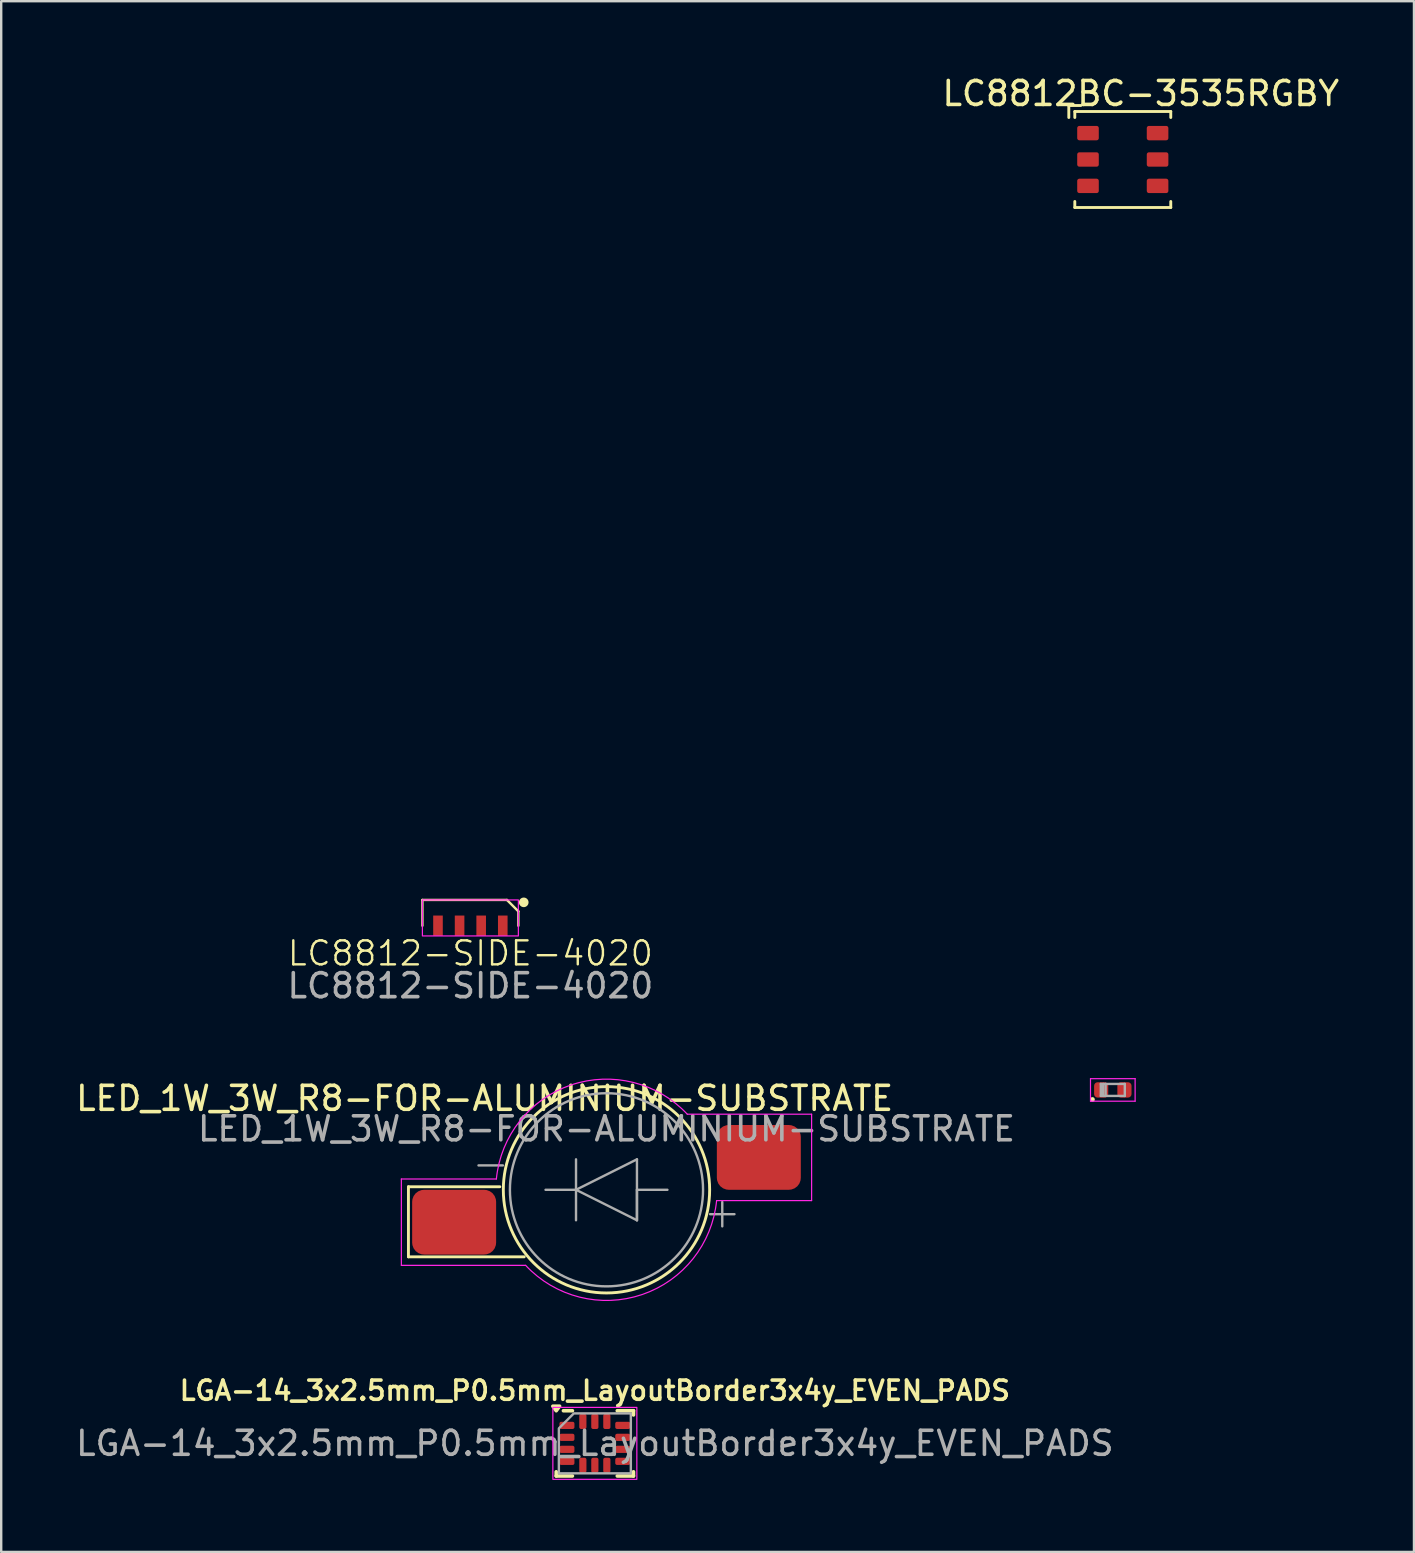
<source format=kicad_pcb>
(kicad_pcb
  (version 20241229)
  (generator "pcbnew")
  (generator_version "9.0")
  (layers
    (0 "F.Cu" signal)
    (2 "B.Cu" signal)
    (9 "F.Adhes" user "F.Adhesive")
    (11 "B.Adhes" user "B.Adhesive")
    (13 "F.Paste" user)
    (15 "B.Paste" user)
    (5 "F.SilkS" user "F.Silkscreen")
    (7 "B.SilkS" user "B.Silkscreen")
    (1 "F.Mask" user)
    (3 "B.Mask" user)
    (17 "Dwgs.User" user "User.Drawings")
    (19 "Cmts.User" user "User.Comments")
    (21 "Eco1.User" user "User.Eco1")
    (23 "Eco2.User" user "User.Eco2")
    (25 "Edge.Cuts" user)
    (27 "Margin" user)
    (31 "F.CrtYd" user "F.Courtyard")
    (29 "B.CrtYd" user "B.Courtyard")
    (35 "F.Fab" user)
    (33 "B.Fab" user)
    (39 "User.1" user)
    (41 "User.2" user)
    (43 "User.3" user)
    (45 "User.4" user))
  (footprint "LED_0402_1005Metric_COMPACT"
    (layer "F.Cu")
    (at 43.333 42.379)
    (property "Reference" "LED_0402_1005Metric_COMPACT" (at 0 -1.17 0) (layer "User.9") (effects (font (size 1 1) (thickness 0.15))))
    (attr smd)
    (fp_circle (center -0.85 0.4) (end -0.8 0.4) (stroke (width 0.1) (type solid)) (fill no) (layer "F.SilkS"))
    (fp_line (start -0.93 -0.47) (end 0.93 -0.47) (stroke (width 0.05) (type solid)) (layer "F.CrtYd"))
    (fp_line (start -0.93 0.47) (end -0.93 -0.47) (stroke (width 0.05) (type solid)) (layer "F.CrtYd"))
    (fp_line (start 0.93 -0.47) (end 0.93 0.47) (stroke (width 0.05) (type solid)) (layer "F.CrtYd"))
    (fp_line (start 0.93 0.47) (end -0.93 0.47) (stroke (width 0.05) (type solid)) (layer "F.CrtYd"))
    (fp_line (start -0.5 -0.25) (end 0.5 -0.25) (stroke (width 0.1) (type solid)) (layer "F.Fab"))
    (fp_line (start -0.5 0.25) (end -0.5 -0.25) (stroke (width 0.1) (type solid)) (layer "F.Fab"))
    (fp_line (start -0.4 0.25) (end -0.4 -0.25) (stroke (width 0.1) (type solid)) (layer "F.Fab"))
    (fp_line (start -0.3 0.25) (end -0.3 -0.25) (stroke (width 0.1) (type solid)) (layer "F.Fab"))
    (fp_line (start 0.5 -0.25) (end 0.5 0.25) (stroke (width 0.1) (type solid)) (layer "F.Fab"))
    (fp_line (start 0.5 0.25) (end -0.5 0.25) (stroke (width 0.1) (type solid)) (layer "F.Fab"))
    (pad "1" smd roundrect (at -0.485 0) (size 0.59 0.64) (layers "F.Cu" "F.Mask" "F.Paste") (roundrect_rratio 0.25))
    (pad "2" smd roundrect (at 0.485 0) (size 0.59 0.64) (layers "F.Cu" "F.Mask" "F.Paste") (roundrect_rratio 0.25)))
  (footprint "LC8812BC-3535RGBY"
    (layer "F.Cu")
    (at 43.749 3.598)
    (property "Reference" "LC8812BC-3535RGBY" (at 0.75 -2.75 0) (unlocked yes) (layer "F.SilkS") (effects (font (size 1 1) (thickness 0.15))))
    (attr smd)
    (fp_line (start -2.25 -2.25) (end -1.75 -2.25) (stroke (width 0.12) (type default)) (layer "F.SilkS"))
    (fp_line (start -2.25 -1.75) (end -2.25 -2.25) (stroke (width 0.12) (type default)) (layer "F.SilkS"))
    (fp_line (start -2 -2) (end 2 -2) (stroke (width 0.12) (type default)) (layer "F.SilkS"))
    (fp_line (start -2 -1.75) (end -2 -2) (stroke (width 0.12) (type default)) (layer "F.SilkS"))
    (fp_line (start -2 1.75) (end -2 2) (stroke (width 0.12) (type default)) (layer "F.SilkS"))
    (fp_line (start -2 2) (end 2 2) (stroke (width 0.12) (type default)) (layer "F.SilkS"))
    (fp_line (start 2 -2) (end 2 -1.75) (stroke (width 0.12) (type default)) (layer "F.SilkS"))
    (fp_line (start 2 2) (end 2 1.75) (stroke (width 0.12) (type default)) (layer "F.SilkS"))
    (pad "1" smd roundrect (at -1.45 -1.1) (size 0.9 0.6) (layers "F.Cu" "F.Mask" "F.Paste") (roundrect_rratio 0.15))
    (pad "2" smd roundrect (at -1.45 0) (size 0.9 0.6) (layers "F.Cu" "F.Mask" "F.Paste") (roundrect_rratio 0.15))
    (pad "3" smd roundrect (at -1.45 1.1) (size 0.9 0.6) (layers "F.Cu" "F.Mask" "F.Paste") (roundrect_rratio 0.15))
    (pad "4" smd roundrect (at 1.45 1.1) (size 0.9 0.6) (layers "F.Cu" "F.Mask" "F.Paste") (roundrect_rratio 0.15))
    (pad "5" smd roundrect (at 1.45 0) (size 0.9 0.6) (layers "F.Cu" "F.Mask" "F.Paste") (roundrect_rratio 0.15))
    (pad "6" smd roundrect (at 1.45 -1.1) (size 0.9 0.6) (layers "F.Cu" "F.Mask" "F.Paste") (roundrect_rratio 0.15)))
  (footprint "LGA-14_3x2.5mm_P0.5mm_LayoutBorder3x4y_EVEN_PADS"
    (layer "F.Cu")
    (at 21.744 57.111)
    (property "Reference" "LGA-14_3x2.5mm_P0.5mm_LayoutBorder3x4y_EVEN_PADS" (at 0 -2.2 0) (unlocked yes) (layer "F.SilkS") (effects (font (size 0.8 0.8) (thickness 0.15))))
    (attr smd)
    (fp_line (start -1.61 1.36) (end -1.61 1.185) (stroke (width 0.15) (type solid)) (layer "F.SilkS"))
    (fp_line (start -0.935 -1.36) (end -1.31 -1.36) (stroke (width 0.15) (type solid)) (layer "F.SilkS"))
    (fp_line (start -0.935 1.36) (end -1.61 1.36) (stroke (width 0.15) (type solid)) (layer "F.SilkS"))
    (fp_line (start 0.935 -1.36) (end 1.61 -1.36) (stroke (width 0.15) (type solid)) (layer "F.SilkS"))
    (fp_line (start 0.935 1.36) (end 1.61 1.36) (stroke (width 0.15) (type solid)) (layer "F.SilkS"))
    (fp_line (start 1.61 -1.36) (end 1.61 -1.185) (stroke (width 0.15) (type solid)) (layer "F.SilkS"))
    (fp_line (start 1.61 1.36) (end 1.61 1.185) (stroke (width 0.15) (type solid)) (layer "F.SilkS"))
    (fp_poly (pts (xy -1.61 -1.36) (xy -1.75 -1.55) (xy -1.47 -1.55)) (stroke (width 0.15) (type solid)) (fill yes) (layer "F.SilkS"))
    (fp_rect (start 1.75 1.5) (end -1.75 -1.5) (stroke (width 0.05) (type solid)) (fill no) (layer "F.CrtYd"))
    (fp_poly (pts (xy -1.5 -0.625) (xy -1.5 1.25) (xy 1.5 1.25) (xy 1.5 -1.25) (xy -0.875 -1.25)) (stroke (width 0.1) (type solid)) (fill no) (layer "F.Fab"))
    (fp_text user "${REFERENCE}" (at 0 0 0) (unlocked yes) (layer "F.Fab") (effects (font (size 1 1) (thickness 0.15))))
    (pad "1" smd roundrect (at -1.163 -0.75) (size 0.625 0.3) (layers "F.Cu" "F.Mask" "F.Paste") (roundrect_rratio 0.25))
    (pad "2" smd roundrect (at -1.163 -0.25) (size 0.625 0.3) (layers "F.Cu" "F.Mask" "F.Paste") (roundrect_rratio 0.25))
    (pad "3" smd roundrect (at -1.163 0.25) (size 0.625 0.3) (layers "F.Cu" "F.Mask" "F.Paste") (roundrect_rratio 0.25))
    (pad "4" smd roundrect (at -1.163 0.75) (size 0.625 0.3) (layers "F.Cu" "F.Mask" "F.Paste") (roundrect_rratio 0.25))
    (pad "5" smd roundrect (at -0.5 0.912) (size 0.3 0.625) (layers "F.Cu" "F.Mask" "F.Paste") (roundrect_rratio 0.25))
    (pad "6" smd roundrect (at 0 0.912) (size 0.3 0.625) (layers "F.Cu" "F.Mask" "F.Paste") (roundrect_rratio 0.25))
    (pad "7" smd roundrect (at 0.5 0.912) (size 0.3 0.625) (layers "F.Cu" "F.Mask" "F.Paste") (roundrect_rratio 0.25))
    (pad "8" smd roundrect (at 1.163 0.75) (size 0.625 0.3) (layers "F.Cu" "F.Mask" "F.Paste") (roundrect_rratio 0.25))
    (pad "9" smd roundrect (at 1.163 0.25) (size 0.625 0.3) (layers "F.Cu" "F.Mask" "F.Paste") (roundrect_rratio 0.25))
    (pad "10" smd roundrect (at 1.163 -0.25) (size 0.625 0.3) (layers "F.Cu" "F.Mask" "F.Paste") (roundrect_rratio 0.25))
    (pad "11" smd roundrect (at 1.163 -0.75) (size 0.625 0.3) (layers "F.Cu" "F.Mask" "F.Paste") (roundrect_rratio 0.25))
    (pad "12" smd roundrect (at 0.5 -0.912) (size 0.3 0.625) (layers "F.Cu" "F.Mask" "F.Paste") (roundrect_rratio 0.25))
    (pad "13" smd roundrect (at 0 -0.912) (size 0.3 0.625) (layers "F.Cu" "F.Mask" "F.Paste") (roundrect_rratio 0.25))
    (pad "14" smd roundrect (at -0.5 -0.912) (size 0.3 0.625) (layers "F.Cu" "F.Mask" "F.Paste") (roundrect_rratio 0.25)))
  (footprint "LC8812-SIDE-4020"
    (layer "F.Cu")
    (at 16.556 35.536)
    (property "Reference" "LC8812-SIDE-4020" (at 0 1.15 0) (unlocked yes) (layer "F.SilkS") (effects (font (size 1 1) (thickness 0.1))))
    (attr smd)
    (fp_line (start -2 -1.075) (end 1.525 -1.075) (stroke (width 0.1) (type solid)) (layer "F.SilkS"))
    (fp_line (start -2 0) (end -2 -1.075) (stroke (width 0.1) (type solid)) (layer "F.SilkS"))
    (fp_line (start 1.525 -1.075) (end 2 -0.6) (stroke (width 0.1) (type solid)) (layer "F.SilkS"))
    (fp_line (start 2 0) (end 2 -0.6) (stroke (width 0.1) (type solid)) (layer "F.SilkS"))
    (fp_circle (center 2.225 -0.975) (end 2.225 -1.075) (stroke (width 0.2) (type solid)) (fill yes) (layer "F.SilkS"))
    (fp_line (start -16.496 -18.98) (end -1.5 -1.1) (stroke (width 0.12) (type default)) (layer "Eco2.User"))
    (fp_line (start 1.5 -1.1) (end 16.496 -18.98) (stroke (width 0.12) (type default)) (layer "Eco2.User"))
    (fp_arc (start -16.496 -18.98) (mid 0 -35.476) (end 16.496 -18.98) (stroke (width 0.12) (type default)) (layer "Eco2.User"))
    (fp_rect (start -2 -1.075) (end 2 0.425) (stroke (width 0.05) (type solid)) (fill no) (layer "F.CrtYd"))
    (fp_text user "${REFERENCE}" (at 0 2.5 0) (unlocked yes) (layer "F.Fab") (effects (font (size 1 1) (thickness 0.15))))
    (pad "1" smd rect (at 1.35 0 180) (size 0.4 0.85) (layers "F.Cu" "F.Mask" "F.Paste"))
    (pad "2" smd rect (at 0.45 0 180) (size 0.4 0.85) (layers "F.Cu" "F.Mask" "F.Paste"))
    (pad "3" smd rect (at -0.45 0 180) (size 0.4 0.85) (layers "F.Cu" "F.Mask" "F.Paste"))
    (pad "4" smd rect (at -1.35 0 180) (size 0.4 0.85) (layers "F.Cu" "F.Mask" "F.Paste")))
  (footprint "LED_1W_3W_R8-FOR-ALUMINIUM-SUBSTRATE"
    (layer "F.Cu")
    (at 22.229 46.542)
    (property "Reference" "LED_1W_3W_R8-FOR-ALUMINIUM-SUBSTRATE" (at -5.08 -3.81 0) (layer "F.SilkS") (effects (font (size 1 1) (thickness 0.15))))
    (attr smd)
    (fp_line (start -8.255 -0.127) (end -8.255 2.794) (stroke (width 0.12) (type solid)) (layer "F.SilkS"))
    (fp_line (start -8.255 2.794) (end -3.429 2.794) (stroke (width 0.12) (type solid)) (layer "F.SilkS"))
    (fp_line (start -4.445 -0.127) (end -8.255 -0.127) (stroke (width 0.12) (type solid)) (layer "F.SilkS"))
    (fp_circle (center 0 0) (end -4.3 0) (stroke (width 0.12) (type solid)) (fill no) (layer "F.SilkS"))
    (fp_line (start -8.55 -0.45) (end -8.55 3.15) (stroke (width 0.05) (type solid)) (layer "F.CrtYd"))
    (fp_line (start -8.55 3.15) (end -3.37 3.15) (stroke (width 0.05) (type solid)) (layer "F.CrtYd"))
    (fp_line (start -4.59 -0.45) (end -8.55 -0.45) (stroke (width 0.05) (type solid)) (layer "F.CrtYd"))
    (fp_line (start 3.37 -3.15) (end 8.55 -3.15) (stroke (width 0.05) (type solid)) (layer "F.CrtYd"))
    (fp_line (start 8.55 -3.15) (end 8.55 0.45) (stroke (width 0.05) (type solid)) (layer "F.CrtYd"))
    (fp_line (start 8.55 0.45) (end 4.59 0.45) (stroke (width 0.05) (type solid)) (layer "F.CrtYd"))
    (fp_arc (start -4.59 -0.45) (mid -1.481265 -4.36766) (end 3.369303 -3.149349) (stroke (width 0.05) (type solid)) (layer "F.CrtYd"))
    (fp_arc (start 4.59 0.45) (mid 1.481265 4.36766) (end -3.369303 3.149349) (stroke (width 0.05) (type solid)) (layer "F.CrtYd"))
    (fp_line (start -5.334 -1.016) (end -4.318 -1.016) (stroke (width 0.1) (type solid)) (layer "F.Fab"))
    (fp_line (start -2.54 0) (end -1.27 0) (stroke (width 0.1) (type solid)) (layer "F.Fab"))
    (fp_line (start -1.27 -1.27) (end -1.27 1.27) (stroke (width 0.1) (type solid)) (layer "F.Fab"))
    (fp_line (start -1.27 0) (end 1.27 -1.27) (stroke (width 0.1) (type solid)) (layer "F.Fab"))
    (fp_line (start -1.27 0) (end 1.27 1.27) (stroke (width 0.1) (type solid)) (layer "F.Fab"))
    (fp_line (start 1.27 -1.27) (end 1.27 1.27) (stroke (width 0.1) (type solid)) (layer "F.Fab"))
    (fp_line (start 1.27 0) (end 2.54 0) (stroke (width 0.1) (type solid)) (layer "F.Fab"))
    (fp_line (start 1.27 1.27) (end 1.27 0) (stroke (width 0.1) (type solid)) (layer "F.Fab"))
    (fp_line (start 4.318 1.016) (end 5.334 1.016) (stroke (width 0.1) (type solid)) (layer "F.Fab"))
    (fp_line (start 4.826 1.524) (end 4.826 0.508) (stroke (width 0.1) (type solid)) (layer "F.Fab"))
    (fp_circle (center 0 0) (end 4.025 0) (stroke (width 0.1) (type solid)) (fill no) (layer "F.Fab"))
    (fp_text user "${REFERENCE}" (at 0 -2.54 0) (layer "F.Fab") (effects (font (size 1 1) (thickness 0.15))))
    (pad "" smd circle (at 0 0) (size 6 6) (layers "F.Paste" "Eco1.User"))
    (pad "1" smd roundrect (at -6.35 1.35) (size 3.5 2.7) (layers "F.Cu" "F.Mask" "F.Paste") (roundrect_rratio 0.185))
    (pad "2" smd roundrect (at 6.35 -1.35) (size 3.5 2.7) (layers "F.Cu" "F.Mask" "F.Paste") (roundrect_rratio 0.185)))
  (gr_rect
    (start -3 -3)
    (end 55.886 61.636)
    (stroke (width 0.1) (type default))
    (fill no)
    (layer "Edge.Cuts")))
</source>
